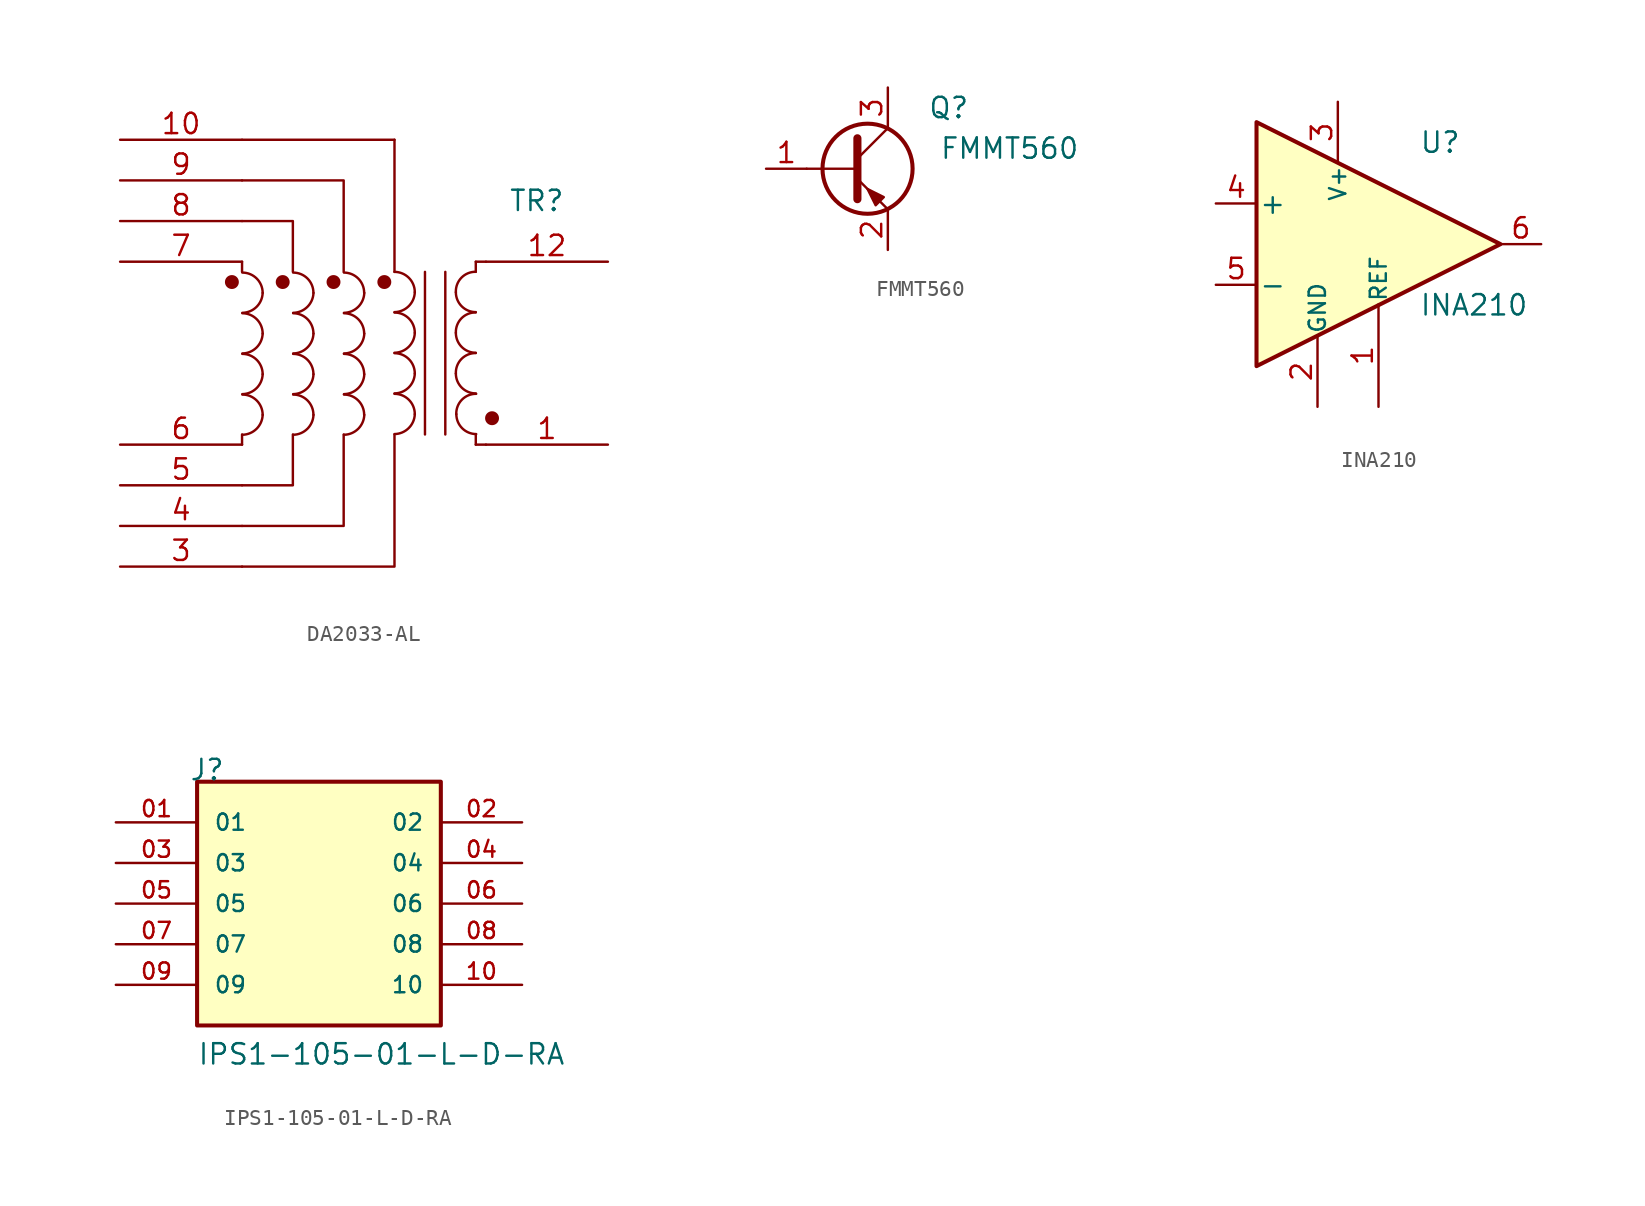
<source format=kicad_sym>
(kicad_symbol_lib
  (version 20220914)
  (generator kicad_symbol_editor)
  (symbol "DA2033-AL"
    (property "Reference" "TR"
      (at 12.065 8.89 0)
      (effects (font (size 1.27 1.27))))
    (property "Value" ""
      (at 5.715 -0.635 0)
      (effects (font (size 1.27 1.27))))
    (symbol "DA2033-AL_0_1"
      (arc (start -6.3317 -5.7339) (mid -5.4478 -5.3656) (end -5.0617 -4.4893) (stroke (width 0) (type default)) (fill (type none)))
      (arc (start -6.3317 -3.1939) (mid -5.4478 -2.8256) (end -5.0617 -1.9493) (stroke (width 0) (type default)) (fill (type none)))
      (arc (start -6.3317 -0.6539) (mid -5.4478 -0.2856) (end -5.0617 0.5907) (stroke (width 0) (type default)) (fill (type none)))
      (arc (start -6.3317 1.8861) (mid -5.4478 2.2544) (end -5.0617 3.1307) (stroke (width 0) (type default)) (fill (type none)))
      (arc (start -5.0617 -4.4893) (mid -5.4337 -3.5913) (end -6.3317 -3.2193) (stroke (width 0) (type default)) (fill (type none)))
      (arc (start -5.0617 -1.9493) (mid -5.4337 -1.0513) (end -6.3317 -0.6793) (stroke (width 0) (type default)) (fill (type none)))
      (arc (start -5.0617 0.5907) (mid -5.4337 1.4887) (end -6.3317 1.8607) (stroke (width 0) (type default)) (fill (type none)))
      (arc (start -5.0617 3.1307) (mid -5.4337 4.0287) (end -6.3317 4.4007) (stroke (width 0) (type default)) (fill (type none)))
      (arc (start -3.1567 -5.7339) (mid -2.2728 -5.3656) (end -1.8867 -4.4893) (stroke (width 0) (type default)) (fill (type none)))
      (arc (start -3.1567 -3.1939) (mid -2.2728 -2.8256) (end -1.8867 -1.9493) (stroke (width 0) (type default)) (fill (type none)))
      (arc (start -3.1567 -0.6539) (mid -2.2728 -0.2856) (end -1.8867 0.5907) (stroke (width 0) (type default)) (fill (type none)))
      (arc (start -3.1567 1.8861) (mid -2.2728 2.2544) (end -1.8867 3.1307) (stroke (width 0) (type default)) (fill (type none)))
      (arc (start -1.8867 -4.4893) (mid -2.2587 -3.5913) (end -3.1567 -3.2193) (stroke (width 0) (type default)) (fill (type none)))
      (arc (start -1.8867 -1.9493) (mid -2.2587 -1.0513) (end -3.1567 -0.6793) (stroke (width 0) (type default)) (fill (type none)))
      (arc (start -1.8867 0.5907) (mid -2.2587 1.4887) (end -3.1567 1.8607) (stroke (width 0) (type default)) (fill (type none)))
      (arc (start -1.8867 3.1307) (mid -2.2587 4.0287) (end -3.1567 4.4007) (stroke (width 0) (type default)) (fill (type none)))
      (polyline (pts (xy 5.08 4.445) (xy 5.08 -5.715)) (stroke (width 0) (type default)) (fill (type none)))
      (polyline (pts (xy 6.35 -5.715) (xy 6.35 4.445)) (stroke (width 0) (type default)) (fill (type none)))
      (polyline (pts (xy 8.255 -6.35) (xy 8.255 -5.715)) (stroke (width 0) (type default)) (fill (type none)))
      (polyline (pts (xy 8.255 5.08) (xy 8.255 4.445)) (stroke (width 0) (type default)) (fill (type none)))
      (polyline (pts (xy 8.89 -6.35) (xy 8.255 -6.35)) (stroke (width 0) (type default)) (fill (type none)))
      (polyline (pts (xy 8.89 5.08) (xy 8.255 5.08)) (stroke (width 0) (type default)) (fill (type none)))
      (arc (start 0.0183 -5.7339) (mid 0.9022 -5.3656) (end 1.2883 -4.4893) (stroke (width 0) (type default)) (fill (type none)))
      (arc (start 0.0183 -3.1939) (mid 0.9022 -2.8256) (end 1.2883 -1.9493) (stroke (width 0) (type default)) (fill (type none)))
      (arc (start 0.0183 -0.6539) (mid 0.9022 -0.2856) (end 1.2883 0.5907) (stroke (width 0) (type default)) (fill (type none)))
      (arc (start 0.0183 1.8861) (mid 0.9022 2.2544) (end 1.2883 3.1307) (stroke (width 0) (type default)) (fill (type none)))
      (arc (start 1.2883 -4.4893) (mid 0.9163 -3.5913) (end 0.0183 -3.2193) (stroke (width 0) (type default)) (fill (type none)))
      (arc (start 1.2883 -1.9493) (mid 0.9163 -1.0513) (end 0.0183 -0.6793) (stroke (width 0) (type default)) (fill (type none)))
      (arc (start 1.2883 0.5907) (mid 0.9163 1.4887) (end 0.0183 1.8607) (stroke (width 0) (type default)) (fill (type none)))
      (arc (start 1.2883 3.1307) (mid 0.9163 4.0287) (end 0.0183 4.4007) (stroke (width 0) (type default)) (fill (type none)))
      (arc (start 3.175 -5.6896) (mid 4.0589 -5.3213) (end 4.445 -4.445) (stroke (width 0) (type default)) (fill (type none)))
      (arc (start 3.175 -3.1496) (mid 4.0589 -2.7813) (end 4.445 -1.905) (stroke (width 0) (type default)) (fill (type none)))
      (arc (start 3.175 -0.6096) (mid 4.0589 -0.2413) (end 4.445 0.635) (stroke (width 0) (type default)) (fill (type none)))
      (arc (start 3.175 1.9304) (mid 4.0589 2.2987) (end 4.445 3.175) (stroke (width 0) (type default)) (fill (type none)))
      (arc (start 4.445 -4.445) (mid 4.073 -3.547) (end 3.175 -3.175) (stroke (width 0) (type default)) (fill (type none)))
      (arc (start 4.445 -1.905) (mid 4.073 -1.007) (end 3.175 -0.635) (stroke (width 0) (type default)) (fill (type none)))
      (arc (start 4.445 0.635) (mid 4.073 1.533) (end 3.175 1.905) (stroke (width 0) (type default)) (fill (type none)))
      (arc (start 4.445 3.175) (mid 4.073 4.073) (end 3.175 4.445) (stroke (width 0) (type default)) (fill (type none)))
      (arc (start 7.0104 -1.905) (mid 7.3749 -2.7851) (end 8.255 -3.1496) (stroke (width 0) (type default)) (fill (type none)))
      (arc (start 7.0104 0.635) (mid 7.3749 -0.2451) (end 8.255 -0.6096) (stroke (width 0) (type default)) (fill (type none)))
      (arc (start 7.0104 3.175) (mid 7.3749 2.2949) (end 8.255 1.9304) (stroke (width 0) (type default)) (fill (type none)))
      (arc (start 7.0358 -4.445) (mid 7.4004 -5.3249) (end 8.2804 -5.6896) (stroke (width 0) (type default)) (fill (type none)))
      (arc (start 8.255 -0.635) (mid 7.3608 -1.0035) (end 7.0104 -1.905) (stroke (width 0) (type default)) (fill (type none)))
      (arc (start 8.255 1.905) (mid 7.3608 1.5365) (end 7.0104 0.635) (stroke (width 0) (type default)) (fill (type none)))
      (arc (start 8.255 4.445) (mid 7.3608 4.0765) (end 7.0104 3.175) (stroke (width 0) (type default)) (fill (type none)))
      (arc (start 8.2804 -3.175) (mid 7.3859 -3.5433) (end 7.0358 -4.445) (stroke (width 0) (type default)) (fill (type none))))
    (symbol "DA2033-AL_1_1"
      (circle (center -6.985 3.81) (radius 0.359) (stroke (width 0) (type default)) (fill (type outline)))
      (circle (center -3.81 3.81) (radius 0.359) (stroke (width 0) (type default)) (fill (type outline)))
      (circle (center -0.635 3.81) (radius 0.359) (stroke (width 0) (type default)) (fill (type outline)))
      (polyline (pts (xy -6.35 -5.715) (xy -6.35 -6.35)) (stroke (width 0) (type default)) (fill (type none)))
      (polyline (pts (xy -6.35 5.08) (xy -6.35 4.445)) (stroke (width 0) (type default)) (fill (type none)))
      (polyline (pts (xy 3.175 4.445) (xy 3.175 12.7)) (stroke (width 0) (type default)) (fill (type none)))
      (polyline (pts (xy 3.175 12.7) (xy -6.35 12.7)) (stroke (width 0) (type default)) (fill (type none)))
      (polyline (pts (xy -6.35 -13.97) (xy 3.175 -13.97) (xy 3.175 -5.715)) (stroke (width 0) (type default)) (fill (type none)))
      (polyline (pts (xy -6.35 -11.43) (xy 0 -11.43) (xy 0 -5.715)) (stroke (width 0) (type default)) (fill (type none)))
      (polyline (pts (xy -6.35 -8.89) (xy -3.175 -8.89) (xy -3.175 -5.715)) (stroke (width 0) (type default)) (fill (type none)))
      (polyline (pts (xy -3.175 4.445) (xy -3.175 7.62) (xy -6.35 7.62)) (stroke (width 0) (type default)) (fill (type none)))
      (polyline (pts (xy 0 4.445) (xy 0 10.16) (xy -6.35 10.16)) (stroke (width 0) (type default)) (fill (type none)))
      (circle (center 2.54 3.81) (radius 0.359) (stroke (width 0) (type default)) (fill (type outline)))
      (circle (center 9.271 -4.699) (radius 0.359) (stroke (width 0) (type default)) (fill (type outline)))
      (pin passive line (at 16.51 -6.35 180) (length 7.62) (name "~" (effects (font (size 1.27 1.27)))) (number "1" (effects (font (size 1.27 1.27)))))
      (pin passive line (at -13.97 12.7 0) (length 7.62) (name "~" (effects (font (size 1.27 1.27)))) (number "10" (effects (font (size 1.27 1.27)))))
      (pin passive line (at 16.51 5.08 180) (length 7.62) (name "~" (effects (font (size 1.27 1.27)))) (number "12" (effects (font (size 1.27 1.27)))))
      (pin passive line (at -13.97 -13.97 0) (length 7.62) (name "~" (effects (font (size 1.27 1.27)))) (number "3" (effects (font (size 1.27 1.27)))))
      (pin passive line (at -13.97 -11.43 0) (length 7.62) (name "~" (effects (font (size 1.27 1.27)))) (number "4" (effects (font (size 1.27 1.27)))))
      (pin passive line (at -13.97 -8.89 0) (length 7.62) (name "~" (effects (font (size 1.27 1.27)))) (number "5" (effects (font (size 1.27 1.27)))))
      (pin passive line (at -13.97 -6.35 0) (length 7.62) (name "~" (effects (font (size 1.27 1.27)))) (number "6" (effects (font (size 1.27 1.27)))))
      (pin passive line (at -13.97 5.08 0) (length 7.62) (name "~" (effects (font (size 1.27 1.27)))) (number "7" (effects (font (size 1.27 1.27)))))
      (pin passive line (at -13.97 7.62 0) (length 7.62) (name "~" (effects (font (size 1.27 1.27)))) (number "8" (effects (font (size 1.27 1.27)))))
      (pin passive line (at -13.97 10.16 0) (length 7.62) (name "~" (effects (font (size 1.27 1.27)))) (number "9" (effects (font (size 1.27 1.27)))))))
  (symbol "FMMT560"
    (property "Reference" "Q"
      (at 5.08 3.81 0)
      (effects (font (size 1.27 1.27))))
    (property "Value" "FMMT560"
      (at 8.89 1.27 0)
      (effects (font (size 1.27 1.27))))
    (property "MPN" ""
      (at 0 0 0)
      (effects (font (size 1.27 1.27))))
    (symbol "FMMT560_0_1"
      (polyline (pts (xy -3.81 0) (xy -0.635 0)) (stroke (width 0.152) (type default)) (fill (type none)))
      (polyline (pts (xy -0.635 0.635) (xy 1.27 2.54)) (stroke (width 0) (type default)) (fill (type none)))
      (polyline (pts (xy -0.635 -0.635) (xy 1.27 -2.54) (xy 1.27 -2.54)) (stroke (width 0) (type default)) (fill (type none)))
      (polyline (pts (xy -0.635 1.905) (xy -0.635 -1.905) (xy -0.635 -1.905)) (stroke (width 0.508) (type default)) (fill (type none)))
      (polyline (pts (xy 1.016 -1.778) (xy 0.508 -2.286) (xy 0 -1.27) (xy 1.016 -1.778) (xy 1.016 -1.778)) (stroke (width 0) (type default)) (fill (type outline)))
      (circle (center 0 0) (radius 2.819) (stroke (width 0.254) (type default)) (fill (type none))))
    (symbol "FMMT560_1_1"
      (pin passive line (at -6.35 0 0) (length 2.54) (name "~" (effects (font (size 1.27 1.27)))) (number "1" (effects (font (size 1.27 1.27)))))
      (pin passive line (at 1.27 -5.08 90) (length 2.54) (name "~" (effects (font (size 1.27 1.27)))) (number "2" (effects (font (size 1.27 1.27)))))
      (pin passive line (at 1.27 5.08 270) (length 2.54) (name "~" (effects (font (size 1.27 1.27)))) (number "3" (effects (font (size 1.27 1.27)))))))
  (symbol "INA210"
    (pin_names
      (offset 0.127))
    (property "Reference" "U"
      (at 5.08 6.35 0)
      (effects (font (size 1.27 1.27)) (justify left)))
    (property "Value" "INA210"
      (at 5.08 -3.81 0)
      (effects (font (size 1.27 1.27)) (justify left)))
    (symbol "INA210_1_1"
      (polyline (pts (xy 10.16 0) (xy -5.08 7.62) (xy -5.08 -7.62) (xy 10.16 0)) (stroke (width 0.254) (type default)) (fill (type background)))
      (pin input line (at 2.54 -10.16 90) (length 6.4) (name "REF" (effects (font (size 1 1)))) (number "1" (effects (font (size 1.27 1.27)))))
      (pin power_in line (at -1.27 -10.16 90) (length 4.4) (name "GND" (effects (font (size 1.016 1.016)))) (number "2" (effects (font (size 1.27 1.27)))))
      (pin power_in line (at 0 8.89 270) (length 3.81) (name "V+" (effects (font (size 1.016 1.016)))) (number "3" (effects (font (size 1.27 1.27)))))
      (pin input line (at -7.62 2.54 0) (length 2.54) (name "+" (effects (font (size 1.27 1.27)))) (number "4" (effects (font (size 1.27 1.27)))))
      (pin input line (at -7.62 -2.54 0) (length 2.54) (name "-" (effects (font (size 1.27 1.27)))) (number "5" (effects (font (size 1.27 1.27)))))
      (pin output line (at 12.7 0 180) (length 2.54) (name "~" (effects (font (size 1.27 1.27)))) (number "6" (effects (font (size 1.27 1.27)))))))
  (symbol "IPS1-105-01-L-D-RA"
    (pin_names
      (offset 1.016))
    (property "Reference" "J"
      (at -8.12 7.62 0)
      (effects (font (size 1.27 1.27)) (justify left bottom)))
    (property "Value" "IPS1-105-01-L-D-RA"
      (at -7.62 -10.16 0)
      (effects (font (size 1.27 1.27)) (justify left bottom)))
    (symbol "IPS1-105-01-L-D-RA_0_0"
      (rectangle (start -7.62 -7.62) (end 7.62 7.62) (stroke (width 0.254) (type default)) (fill (type background)))
      (pin passive line (at -12.7 5.08 0) (length 5.08) (name "01" (effects (font (size 1.016 1.016)))) (number "01" (effects (font (size 1.016 1.016)))))
      (pin passive line (at 12.7 5.08 180) (length 5.08) (name "02" (effects (font (size 1.016 1.016)))) (number "02" (effects (font (size 1.016 1.016)))))
      (pin passive line (at -12.7 2.54 0) (length 5.08) (name "03" (effects (font (size 1.016 1.016)))) (number "03" (effects (font (size 1.016 1.016)))))
      (pin passive line (at 12.7 2.54 180) (length 5.08) (name "04" (effects (font (size 1.016 1.016)))) (number "04" (effects (font (size 1.016 1.016)))))
      (pin passive line (at -12.7 0 0) (length 5.08) (name "05" (effects (font (size 1.016 1.016)))) (number "05" (effects (font (size 1.016 1.016)))))
      (pin passive line (at 12.7 0 180) (length 5.08) (name "06" (effects (font (size 1.016 1.016)))) (number "06" (effects (font (size 1.016 1.016)))))
      (pin passive line (at -12.7 -2.54 0) (length 5.08) (name "07" (effects (font (size 1.016 1.016)))) (number "07" (effects (font (size 1.016 1.016)))))
      (pin passive line (at 12.7 -2.54 180) (length 5.08) (name "08" (effects (font (size 1.016 1.016)))) (number "08" (effects (font (size 1.016 1.016)))))
      (pin passive line (at -12.7 -5.08 0) (length 5.08) (name "09" (effects (font (size 1.016 1.016)))) (number "09" (effects (font (size 1.016 1.016)))))
      (pin passive line (at 12.7 -5.08 180) (length 5.08) (name "10" (effects (font (size 1.016 1.016)))) (number "10" (effects (font (size 1.016 1.016))))))))
</source>
